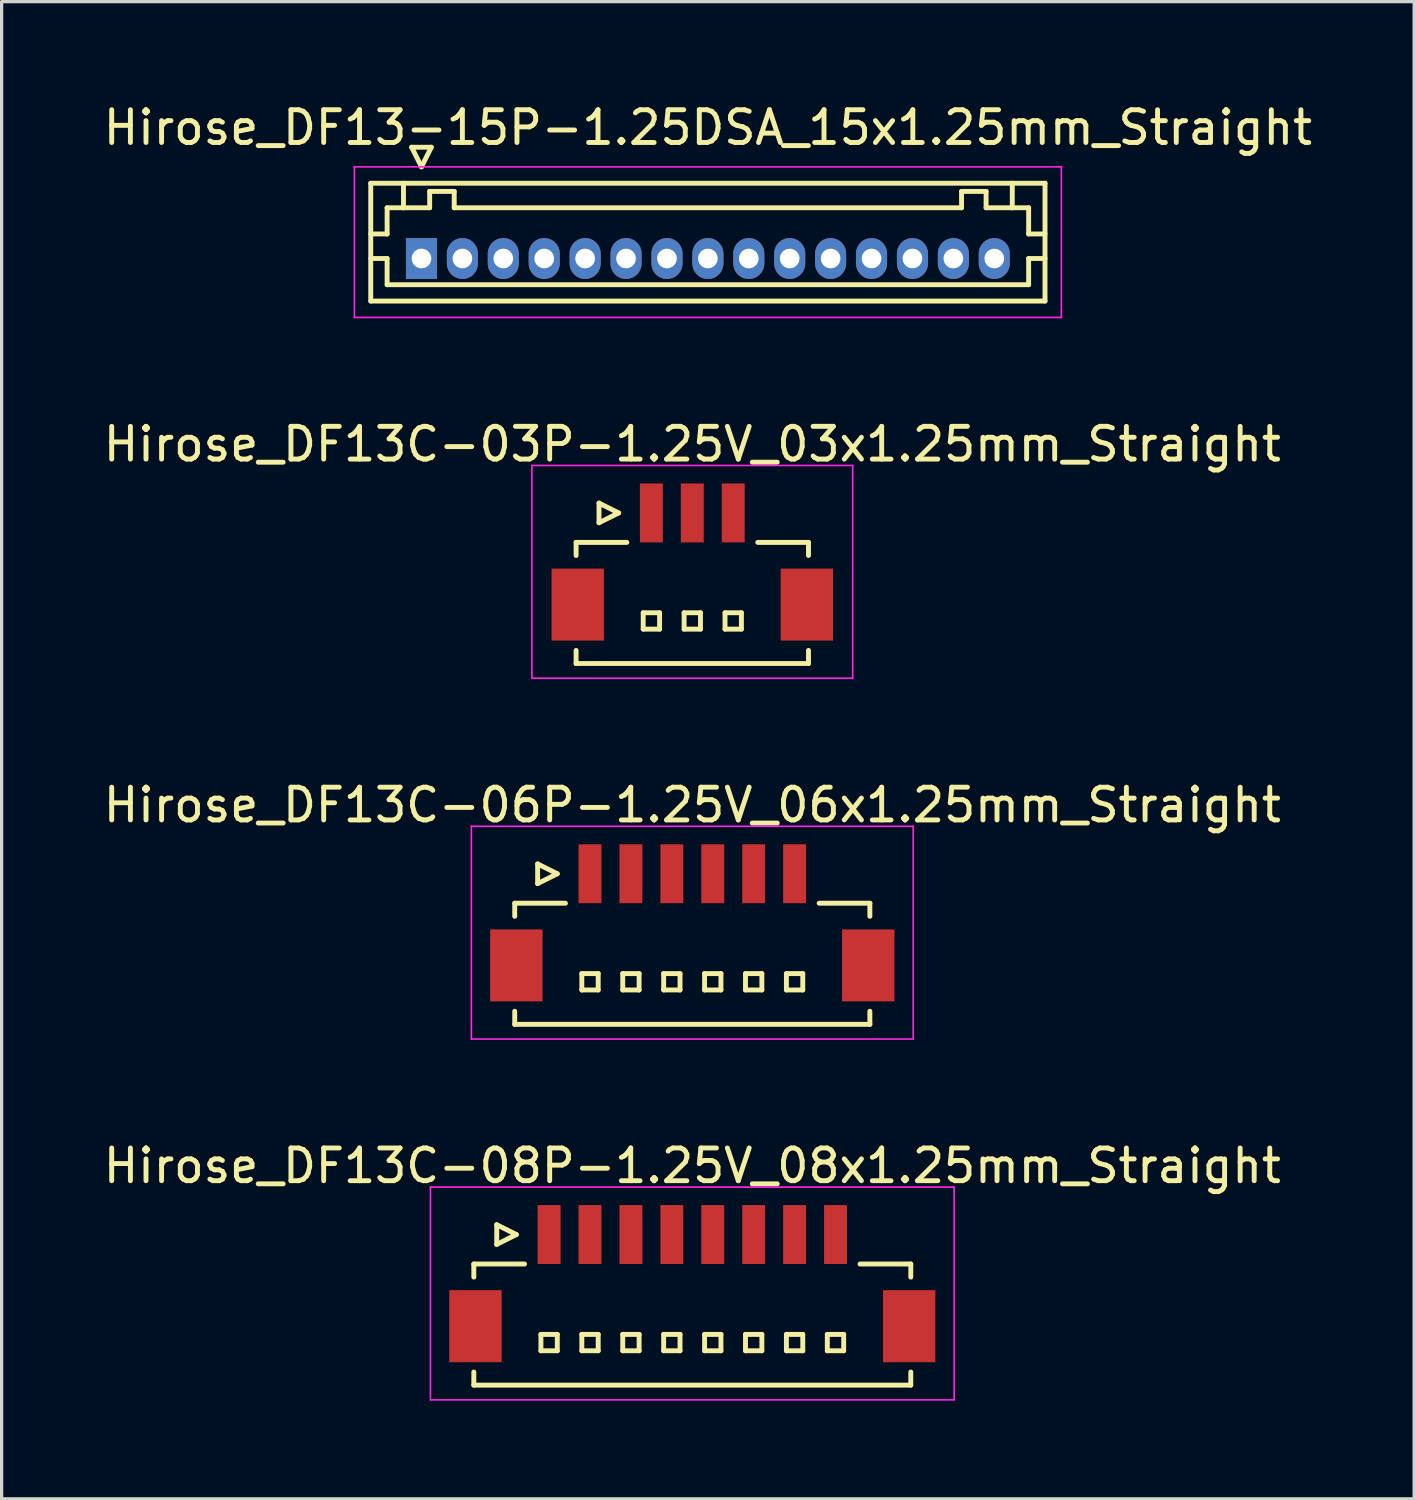
<source format=kicad_pcb>
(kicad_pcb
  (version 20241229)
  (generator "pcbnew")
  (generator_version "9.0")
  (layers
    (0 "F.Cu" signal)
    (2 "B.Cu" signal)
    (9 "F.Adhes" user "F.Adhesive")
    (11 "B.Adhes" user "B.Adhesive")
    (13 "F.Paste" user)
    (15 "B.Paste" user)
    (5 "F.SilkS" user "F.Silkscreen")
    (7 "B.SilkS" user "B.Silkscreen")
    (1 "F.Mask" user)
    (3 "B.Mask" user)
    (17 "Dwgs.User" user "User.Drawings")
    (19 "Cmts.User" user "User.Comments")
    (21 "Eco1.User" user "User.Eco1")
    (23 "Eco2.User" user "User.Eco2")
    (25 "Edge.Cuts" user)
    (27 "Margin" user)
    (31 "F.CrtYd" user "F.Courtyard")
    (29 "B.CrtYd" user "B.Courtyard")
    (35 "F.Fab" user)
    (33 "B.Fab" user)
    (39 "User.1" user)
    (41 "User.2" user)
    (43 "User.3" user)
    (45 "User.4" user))
  (footprint "Hirose_DF13-15P-1.25DSA_15x1.25mm_Straight"
    (layer "F.Cu")
    (at 9.827 4.848)
    (property "Reference" "Hirose_DF13-15P-1.25DSA_15x1.25mm_Straight" (at 8.75 -4 0) (layer "F.SilkS") (effects (font (size 1 1) (thickness 0.15))))
    (attr through_hole)
    (fp_line (start -1.55 -2.3) (end -1.55 1.3) (stroke (width 0.15) (type solid)) (layer "F.SilkS"))
    (fp_line (start -1.55 -0.75) (end -1.05 -0.75) (stroke (width 0.15) (type solid)) (layer "F.SilkS"))
    (fp_line (start -1.55 0) (end -1.05 0) (stroke (width 0.15) (type solid)) (layer "F.SilkS"))
    (fp_line (start -1.55 1.3) (end 19.05 1.3) (stroke (width 0.15) (type solid)) (layer "F.SilkS"))
    (fp_line (start -1.05 -1.55) (end -0.55 -1.55) (stroke (width 0.15) (type solid)) (layer "F.SilkS"))
    (fp_line (start -1.05 -0.75) (end -1.05 -1.55) (stroke (width 0.15) (type solid)) (layer "F.SilkS"))
    (fp_line (start -1.05 0) (end -1.05 0.8) (stroke (width 0.15) (type solid)) (layer "F.SilkS"))
    (fp_line (start -1.05 0.8) (end 18.55 0.8) (stroke (width 0.15) (type solid)) (layer "F.SilkS"))
    (fp_line (start -0.55 -1.55) (end -0.55 -2.3) (stroke (width 0.15) (type solid)) (layer "F.SilkS"))
    (fp_line (start -0.55 -1.55) (end 0.25 -1.55) (stroke (width 0.15) (type solid)) (layer "F.SilkS"))
    (fp_line (start -0.3 -3.4) (end 0.3 -3.4) (stroke (width 0.15) (type solid)) (layer "F.SilkS"))
    (fp_line (start 0 -2.8) (end -0.3 -3.4) (stroke (width 0.15) (type solid)) (layer "F.SilkS"))
    (fp_line (start 0.25 -2.05) (end 1 -2.05) (stroke (width 0.15) (type solid)) (layer "F.SilkS"))
    (fp_line (start 0.25 -1.55) (end 0.25 -2.05) (stroke (width 0.15) (type solid)) (layer "F.SilkS"))
    (fp_line (start 0.3 -3.4) (end 0 -2.8) (stroke (width 0.15) (type solid)) (layer "F.SilkS"))
    (fp_line (start 1 -2.05) (end 1 -1.55) (stroke (width 0.15) (type solid)) (layer "F.SilkS"))
    (fp_line (start 1 -1.55) (end 16.5 -1.55) (stroke (width 0.15) (type solid)) (layer "F.SilkS"))
    (fp_line (start 16.5 -2.05) (end 17.25 -2.05) (stroke (width 0.15) (type solid)) (layer "F.SilkS"))
    (fp_line (start 16.5 -1.55) (end 16.5 -2.05) (stroke (width 0.15) (type solid)) (layer "F.SilkS"))
    (fp_line (start 17.25 -2.05) (end 17.25 -1.55) (stroke (width 0.15) (type solid)) (layer "F.SilkS"))
    (fp_line (start 17.25 -1.55) (end 18.05 -1.55) (stroke (width 0.15) (type solid)) (layer "F.SilkS"))
    (fp_line (start 18.05 -1.55) (end 18.05 -2.3) (stroke (width 0.15) (type solid)) (layer "F.SilkS"))
    (fp_line (start 18.55 -1.55) (end 18.05 -1.55) (stroke (width 0.15) (type solid)) (layer "F.SilkS"))
    (fp_line (start 18.55 -0.75) (end 18.55 -1.55) (stroke (width 0.15) (type solid)) (layer "F.SilkS"))
    (fp_line (start 18.55 0) (end 19.05 0) (stroke (width 0.15) (type solid)) (layer "F.SilkS"))
    (fp_line (start 18.55 0.8) (end 18.55 0) (stroke (width 0.15) (type solid)) (layer "F.SilkS"))
    (fp_line (start 19.05 -2.3) (end -1.55 -2.3) (stroke (width 0.15) (type solid)) (layer "F.SilkS"))
    (fp_line (start 19.05 -0.75) (end 18.55 -0.75) (stroke (width 0.15) (type solid)) (layer "F.SilkS"))
    (fp_line (start 19.05 1.3) (end 19.05 -2.3) (stroke (width 0.15) (type solid)) (layer "F.SilkS"))
    (fp_line (start -2.05 -2.8) (end -2.05 1.8) (stroke (width 0.05) (type solid)) (layer "F.CrtYd"))
    (fp_line (start -2.05 1.8) (end 19.55 1.8) (stroke (width 0.05) (type solid)) (layer "F.CrtYd"))
    (fp_line (start 19.55 -2.8) (end -2.05 -2.8) (stroke (width 0.05) (type solid)) (layer "F.CrtYd"))
    (fp_line (start 19.55 1.8) (end 19.55 -2.8) (stroke (width 0.05) (type solid)) (layer "F.CrtYd"))
    (pad "1" thru_hole rect (at 0 0) (size 0.95 1.25) (drill 0.6) (layers "*.Cu" "*.Mask"))
    (pad "2" thru_hole oval (at 1.25 0) (size 0.95 1.25) (drill 0.6) (layers "*.Cu" "*.Mask"))
    (pad "3" thru_hole oval (at 2.5 0) (size 0.95 1.25) (drill 0.6) (layers "*.Cu" "*.Mask"))
    (pad "4" thru_hole oval (at 3.75 0) (size 0.95 1.25) (drill 0.6) (layers "*.Cu" "*.Mask"))
    (pad "5" thru_hole oval (at 5 0) (size 0.95 1.25) (drill 0.6) (layers "*.Cu" "*.Mask"))
    (pad "6" thru_hole oval (at 6.25 0) (size 0.95 1.25) (drill 0.6) (layers "*.Cu" "*.Mask"))
    (pad "7" thru_hole oval (at 7.5 0) (size 0.95 1.25) (drill 0.6) (layers "*.Cu" "*.Mask"))
    (pad "8" thru_hole oval (at 8.75 0) (size 0.95 1.25) (drill 0.6) (layers "*.Cu" "*.Mask"))
    (pad "9" thru_hole oval (at 10 0) (size 0.95 1.25) (drill 0.6) (layers "*.Cu" "*.Mask"))
    (pad "10" thru_hole oval (at 11.25 0) (size 0.95 1.25) (drill 0.6) (layers "*.Cu" "*.Mask"))
    (pad "11" thru_hole oval (at 12.5 0) (size 0.95 1.25) (drill 0.6) (layers "*.Cu" "*.Mask"))
    (pad "12" thru_hole oval (at 13.75 0) (size 0.95 1.25) (drill 0.6) (layers "*.Cu" "*.Mask"))
    (pad "13" thru_hole oval (at 15 0) (size 0.95 1.25) (drill 0.6) (layers "*.Cu" "*.Mask"))
    (pad "14" thru_hole oval (at 16.25 0) (size 0.95 1.25) (drill 0.6) (layers "*.Cu" "*.Mask"))
    (pad "15" thru_hole oval (at 17.5 0) (size 0.95 1.25) (drill 0.6) (layers "*.Cu" "*.Mask")))
  (footprint "Hirose_DF13C-06P-1.25V_06x1.25mm_Straight"
    (layer "F.Cu")
    (at 18.101 25.045)
    (property "Reference" "Hirose_DF13C-06P-1.25V_06x1.25mm_Straight" (at 0 -3.5 0) (layer "F.SilkS") (effects (font (size 1 1) (thickness 0.15))))
    (attr smd)
    (fp_line (start -5.425 -0.5) (end -5.425 -0.1) (stroke (width 0.15) (type solid)) (layer "F.SilkS"))
    (fp_line (start -5.425 -0.5) (end -3.875 -0.5) (stroke (width 0.15) (type solid)) (layer "F.SilkS"))
    (fp_line (start -5.425 3.2) (end -5.425 2.8) (stroke (width 0.15) (type solid)) (layer "F.SilkS"))
    (fp_line (start -5.425 3.2) (end 5.425 3.2) (stroke (width 0.15) (type solid)) (layer "F.SilkS"))
    (fp_line (start -4.725 -1.7) (end -4.725 -1.1) (stroke (width 0.15) (type solid)) (layer "F.SilkS"))
    (fp_line (start -4.725 -1.1) (end -4.125 -1.4) (stroke (width 0.15) (type solid)) (layer "F.SilkS"))
    (fp_line (start -4.125 -1.4) (end -4.725 -1.7) (stroke (width 0.15) (type solid)) (layer "F.SilkS"))
    (fp_line (start -3.375 1.65) (end -3.375 2.15) (stroke (width 0.15) (type solid)) (layer "F.SilkS"))
    (fp_line (start -3.375 2.15) (end -2.875 2.15) (stroke (width 0.15) (type solid)) (layer "F.SilkS"))
    (fp_line (start -2.875 1.65) (end -3.375 1.65) (stroke (width 0.15) (type solid)) (layer "F.SilkS"))
    (fp_line (start -2.875 2.15) (end -2.875 1.65) (stroke (width 0.15) (type solid)) (layer "F.SilkS"))
    (fp_line (start -2.125 1.65) (end -2.125 2.15) (stroke (width 0.15) (type solid)) (layer "F.SilkS"))
    (fp_line (start -2.125 2.15) (end -1.625 2.15) (stroke (width 0.15) (type solid)) (layer "F.SilkS"))
    (fp_line (start -1.625 1.65) (end -2.125 1.65) (stroke (width 0.15) (type solid)) (layer "F.SilkS"))
    (fp_line (start -1.625 2.15) (end -1.625 1.65) (stroke (width 0.15) (type solid)) (layer "F.SilkS"))
    (fp_line (start -0.875 1.65) (end -0.875 2.15) (stroke (width 0.15) (type solid)) (layer "F.SilkS"))
    (fp_line (start -0.875 2.15) (end -0.375 2.15) (stroke (width 0.15) (type solid)) (layer "F.SilkS"))
    (fp_line (start -0.375 1.65) (end -0.875 1.65) (stroke (width 0.15) (type solid)) (layer "F.SilkS"))
    (fp_line (start -0.375 2.15) (end -0.375 1.65) (stroke (width 0.15) (type solid)) (layer "F.SilkS"))
    (fp_line (start 0.375 1.65) (end 0.375 2.15) (stroke (width 0.15) (type solid)) (layer "F.SilkS"))
    (fp_line (start 0.375 2.15) (end 0.875 2.15) (stroke (width 0.15) (type solid)) (layer "F.SilkS"))
    (fp_line (start 0.875 1.65) (end 0.375 1.65) (stroke (width 0.15) (type solid)) (layer "F.SilkS"))
    (fp_line (start 0.875 2.15) (end 0.875 1.65) (stroke (width 0.15) (type solid)) (layer "F.SilkS"))
    (fp_line (start 1.625 1.65) (end 1.625 2.15) (stroke (width 0.15) (type solid)) (layer "F.SilkS"))
    (fp_line (start 1.625 2.15) (end 2.125 2.15) (stroke (width 0.15) (type solid)) (layer "F.SilkS"))
    (fp_line (start 2.125 1.65) (end 1.625 1.65) (stroke (width 0.15) (type solid)) (layer "F.SilkS"))
    (fp_line (start 2.125 2.15) (end 2.125 1.65) (stroke (width 0.15) (type solid)) (layer "F.SilkS"))
    (fp_line (start 2.875 1.65) (end 2.875 2.15) (stroke (width 0.15) (type solid)) (layer "F.SilkS"))
    (fp_line (start 2.875 2.15) (end 3.375 2.15) (stroke (width 0.15) (type solid)) (layer "F.SilkS"))
    (fp_line (start 3.375 1.65) (end 2.875 1.65) (stroke (width 0.15) (type solid)) (layer "F.SilkS"))
    (fp_line (start 3.375 2.15) (end 3.375 1.65) (stroke (width 0.15) (type solid)) (layer "F.SilkS"))
    (fp_line (start 5.425 -0.5) (end 3.875 -0.5) (stroke (width 0.15) (type solid)) (layer "F.SilkS"))
    (fp_line (start 5.425 -0.5) (end 5.425 -0.1) (stroke (width 0.15) (type solid)) (layer "F.SilkS"))
    (fp_line (start 5.425 3.2) (end 5.425 2.8) (stroke (width 0.15) (type solid)) (layer "F.SilkS"))
    (fp_line (start -6.75 -2.85) (end -6.75 3.65) (stroke (width 0.05) (type solid)) (layer "F.CrtYd"))
    (fp_line (start -6.75 3.65) (end 6.75 3.65) (stroke (width 0.05) (type solid)) (layer "F.CrtYd"))
    (fp_line (start 6.75 -2.85) (end -6.75 -2.85) (stroke (width 0.05) (type solid)) (layer "F.CrtYd"))
    (fp_line (start 6.75 3.65) (end 6.75 -2.85) (stroke (width 0.05) (type solid)) (layer "F.CrtYd"))
    (pad "" smd rect (at -5.375 1.4) (size 1.6 2.2) (layers "F.Cu" "F.Mask" "F.Paste"))
    (pad "" smd rect (at 5.375 1.4) (size 1.6 2.2) (layers "F.Cu" "F.Mask" "F.Paste"))
    (pad "1" smd rect (at -3.125 -1.4) (size 0.7 1.8) (layers "F.Cu" "F.Mask" "F.Paste"))
    (pad "2" smd rect (at -1.875 -1.4) (size 0.7 1.8) (layers "F.Cu" "F.Mask" "F.Paste"))
    (pad "3" smd rect (at -0.625 -1.4) (size 0.7 1.8) (layers "F.Cu" "F.Mask" "F.Paste"))
    (pad "4" smd rect (at 0.625 -1.4) (size 0.7 1.8) (layers "F.Cu" "F.Mask" "F.Paste"))
    (pad "5" smd rect (at 1.875 -1.4) (size 0.7 1.8) (layers "F.Cu" "F.Mask" "F.Paste"))
    (pad "6" smd rect (at 3.125 -1.4) (size 0.7 1.8) (layers "F.Cu" "F.Mask" "F.Paste")))
  (footprint "Hirose_DF13C-03P-1.25V_03x1.25mm_Straight"
    (layer "F.Cu")
    (at 18.101 14.021)
    (property "Reference" "Hirose_DF13C-03P-1.25V_03x1.25mm_Straight" (at 0 -3.5 0) (layer "F.SilkS") (effects (font (size 1 1) (thickness 0.15))))
    (attr smd)
    (fp_line (start -3.55 -0.5) (end -3.55 -0.1) (stroke (width 0.15) (type solid)) (layer "F.SilkS"))
    (fp_line (start -3.55 -0.5) (end -2 -0.5) (stroke (width 0.15) (type solid)) (layer "F.SilkS"))
    (fp_line (start -3.55 3.2) (end -3.55 2.8) (stroke (width 0.15) (type solid)) (layer "F.SilkS"))
    (fp_line (start -3.55 3.2) (end 3.55 3.2) (stroke (width 0.15) (type solid)) (layer "F.SilkS"))
    (fp_line (start -2.85 -1.7) (end -2.85 -1.1) (stroke (width 0.15) (type solid)) (layer "F.SilkS"))
    (fp_line (start -2.85 -1.1) (end -2.25 -1.4) (stroke (width 0.15) (type solid)) (layer "F.SilkS"))
    (fp_line (start -2.25 -1.4) (end -2.85 -1.7) (stroke (width 0.15) (type solid)) (layer "F.SilkS"))
    (fp_line (start -1.5 1.65) (end -1.5 2.15) (stroke (width 0.15) (type solid)) (layer "F.SilkS"))
    (fp_line (start -1.5 2.15) (end -1 2.15) (stroke (width 0.15) (type solid)) (layer "F.SilkS"))
    (fp_line (start -1 1.65) (end -1.5 1.65) (stroke (width 0.15) (type solid)) (layer "F.SilkS"))
    (fp_line (start -1 2.15) (end -1 1.65) (stroke (width 0.15) (type solid)) (layer "F.SilkS"))
    (fp_line (start -0.25 1.65) (end -0.25 2.15) (stroke (width 0.15) (type solid)) (layer "F.SilkS"))
    (fp_line (start -0.25 2.15) (end 0.25 2.15) (stroke (width 0.15) (type solid)) (layer "F.SilkS"))
    (fp_line (start 0.25 1.65) (end -0.25 1.65) (stroke (width 0.15) (type solid)) (layer "F.SilkS"))
    (fp_line (start 0.25 2.15) (end 0.25 1.65) (stroke (width 0.15) (type solid)) (layer "F.SilkS"))
    (fp_line (start 1 1.65) (end 1 2.15) (stroke (width 0.15) (type solid)) (layer "F.SilkS"))
    (fp_line (start 1 2.15) (end 1.5 2.15) (stroke (width 0.15) (type solid)) (layer "F.SilkS"))
    (fp_line (start 1.5 1.65) (end 1 1.65) (stroke (width 0.15) (type solid)) (layer "F.SilkS"))
    (fp_line (start 1.5 2.15) (end 1.5 1.65) (stroke (width 0.15) (type solid)) (layer "F.SilkS"))
    (fp_line (start 3.55 -0.5) (end 2 -0.5) (stroke (width 0.15) (type solid)) (layer "F.SilkS"))
    (fp_line (start 3.55 -0.5) (end 3.55 -0.1) (stroke (width 0.15) (type solid)) (layer "F.SilkS"))
    (fp_line (start 3.55 3.2) (end 3.55 2.8) (stroke (width 0.15) (type solid)) (layer "F.SilkS"))
    (fp_line (start -4.9 -2.85) (end -4.9 3.65) (stroke (width 0.05) (type solid)) (layer "F.CrtYd"))
    (fp_line (start -4.9 3.65) (end 4.9 3.65) (stroke (width 0.05) (type solid)) (layer "F.CrtYd"))
    (fp_line (start 4.9 -2.85) (end -4.9 -2.85) (stroke (width 0.05) (type solid)) (layer "F.CrtYd"))
    (fp_line (start 4.9 3.65) (end 4.9 -2.85) (stroke (width 0.05) (type solid)) (layer "F.CrtYd"))
    (pad "" smd rect (at -3.5 1.4) (size 1.6 2.2) (layers "F.Cu" "F.Mask" "F.Paste"))
    (pad "" smd rect (at 3.5 1.4) (size 1.6 2.2) (layers "F.Cu" "F.Mask" "F.Paste"))
    (pad "1" smd rect (at -1.25 -1.4) (size 0.7 1.8) (layers "F.Cu" "F.Mask" "F.Paste"))
    (pad "2" smd rect (at 0 -1.4) (size 0.7 1.8) (layers "F.Cu" "F.Mask" "F.Paste"))
    (pad "3" smd rect (at 1.25 -1.4) (size 0.7 1.8) (layers "F.Cu" "F.Mask" "F.Paste")))
  (footprint "Hirose_DF13C-08P-1.25V_08x1.25mm_Straight"
    (layer "F.Cu")
    (at 18.101 36.068)
    (property "Reference" "Hirose_DF13C-08P-1.25V_08x1.25mm_Straight" (at 0 -3.5 0) (layer "F.SilkS") (effects (font (size 1 1) (thickness 0.15))))
    (attr smd)
    (fp_line (start -6.675 -0.5) (end -6.675 -0.1) (stroke (width 0.15) (type solid)) (layer "F.SilkS"))
    (fp_line (start -6.675 -0.5) (end -5.125 -0.5) (stroke (width 0.15) (type solid)) (layer "F.SilkS"))
    (fp_line (start -6.675 3.2) (end -6.675 2.8) (stroke (width 0.15) (type solid)) (layer "F.SilkS"))
    (fp_line (start -6.675 3.2) (end 6.675 3.2) (stroke (width 0.15) (type solid)) (layer "F.SilkS"))
    (fp_line (start -5.975 -1.7) (end -5.975 -1.1) (stroke (width 0.15) (type solid)) (layer "F.SilkS"))
    (fp_line (start -5.975 -1.1) (end -5.375 -1.4) (stroke (width 0.15) (type solid)) (layer "F.SilkS"))
    (fp_line (start -5.375 -1.4) (end -5.975 -1.7) (stroke (width 0.15) (type solid)) (layer "F.SilkS"))
    (fp_line (start -4.625 1.65) (end -4.625 2.15) (stroke (width 0.15) (type solid)) (layer "F.SilkS"))
    (fp_line (start -4.625 2.15) (end -4.125 2.15) (stroke (width 0.15) (type solid)) (layer "F.SilkS"))
    (fp_line (start -4.125 1.65) (end -4.625 1.65) (stroke (width 0.15) (type solid)) (layer "F.SilkS"))
    (fp_line (start -4.125 2.15) (end -4.125 1.65) (stroke (width 0.15) (type solid)) (layer "F.SilkS"))
    (fp_line (start -3.375 1.65) (end -3.375 2.15) (stroke (width 0.15) (type solid)) (layer "F.SilkS"))
    (fp_line (start -3.375 2.15) (end -2.875 2.15) (stroke (width 0.15) (type solid)) (layer "F.SilkS"))
    (fp_line (start -2.875 1.65) (end -3.375 1.65) (stroke (width 0.15) (type solid)) (layer "F.SilkS"))
    (fp_line (start -2.875 2.15) (end -2.875 1.65) (stroke (width 0.15) (type solid)) (layer "F.SilkS"))
    (fp_line (start -2.125 1.65) (end -2.125 2.15) (stroke (width 0.15) (type solid)) (layer "F.SilkS"))
    (fp_line (start -2.125 2.15) (end -1.625 2.15) (stroke (width 0.15) (type solid)) (layer "F.SilkS"))
    (fp_line (start -1.625 1.65) (end -2.125 1.65) (stroke (width 0.15) (type solid)) (layer "F.SilkS"))
    (fp_line (start -1.625 2.15) (end -1.625 1.65) (stroke (width 0.15) (type solid)) (layer "F.SilkS"))
    (fp_line (start -0.875 1.65) (end -0.875 2.15) (stroke (width 0.15) (type solid)) (layer "F.SilkS"))
    (fp_line (start -0.875 2.15) (end -0.375 2.15) (stroke (width 0.15) (type solid)) (layer "F.SilkS"))
    (fp_line (start -0.375 1.65) (end -0.875 1.65) (stroke (width 0.15) (type solid)) (layer "F.SilkS"))
    (fp_line (start -0.375 2.15) (end -0.375 1.65) (stroke (width 0.15) (type solid)) (layer "F.SilkS"))
    (fp_line (start 0.375 1.65) (end 0.375 2.15) (stroke (width 0.15) (type solid)) (layer "F.SilkS"))
    (fp_line (start 0.375 2.15) (end 0.875 2.15) (stroke (width 0.15) (type solid)) (layer "F.SilkS"))
    (fp_line (start 0.875 1.65) (end 0.375 1.65) (stroke (width 0.15) (type solid)) (layer "F.SilkS"))
    (fp_line (start 0.875 2.15) (end 0.875 1.65) (stroke (width 0.15) (type solid)) (layer "F.SilkS"))
    (fp_line (start 1.625 1.65) (end 1.625 2.15) (stroke (width 0.15) (type solid)) (layer "F.SilkS"))
    (fp_line (start 1.625 2.15) (end 2.125 2.15) (stroke (width 0.15) (type solid)) (layer "F.SilkS"))
    (fp_line (start 2.125 1.65) (end 1.625 1.65) (stroke (width 0.15) (type solid)) (layer "F.SilkS"))
    (fp_line (start 2.125 2.15) (end 2.125 1.65) (stroke (width 0.15) (type solid)) (layer "F.SilkS"))
    (fp_line (start 2.875 1.65) (end 2.875 2.15) (stroke (width 0.15) (type solid)) (layer "F.SilkS"))
    (fp_line (start 2.875 2.15) (end 3.375 2.15) (stroke (width 0.15) (type solid)) (layer "F.SilkS"))
    (fp_line (start 3.375 1.65) (end 2.875 1.65) (stroke (width 0.15) (type solid)) (layer "F.SilkS"))
    (fp_line (start 3.375 2.15) (end 3.375 1.65) (stroke (width 0.15) (type solid)) (layer "F.SilkS"))
    (fp_line (start 4.125 1.65) (end 4.125 2.15) (stroke (width 0.15) (type solid)) (layer "F.SilkS"))
    (fp_line (start 4.125 2.15) (end 4.625 2.15) (stroke (width 0.15) (type solid)) (layer "F.SilkS"))
    (fp_line (start 4.625 1.65) (end 4.125 1.65) (stroke (width 0.15) (type solid)) (layer "F.SilkS"))
    (fp_line (start 4.625 2.15) (end 4.625 1.65) (stroke (width 0.15) (type solid)) (layer "F.SilkS"))
    (fp_line (start 6.675 -0.5) (end 5.125 -0.5) (stroke (width 0.15) (type solid)) (layer "F.SilkS"))
    (fp_line (start 6.675 -0.5) (end 6.675 -0.1) (stroke (width 0.15) (type solid)) (layer "F.SilkS"))
    (fp_line (start 6.675 3.2) (end 6.675 2.8) (stroke (width 0.15) (type solid)) (layer "F.SilkS"))
    (fp_line (start -8 -2.85) (end -8 3.65) (stroke (width 0.05) (type solid)) (layer "F.CrtYd"))
    (fp_line (start -8 3.65) (end 8 3.65) (stroke (width 0.05) (type solid)) (layer "F.CrtYd"))
    (fp_line (start 8 -2.85) (end -8 -2.85) (stroke (width 0.05) (type solid)) (layer "F.CrtYd"))
    (fp_line (start 8 3.65) (end 8 -2.85) (stroke (width 0.05) (type solid)) (layer "F.CrtYd"))
    (pad "" smd rect (at -6.625 1.4) (size 1.6 2.2) (layers "F.Cu" "F.Mask" "F.Paste"))
    (pad "" smd rect (at 6.625 1.4) (size 1.6 2.2) (layers "F.Cu" "F.Mask" "F.Paste"))
    (pad "1" smd rect (at -4.375 -1.4) (size 0.7 1.8) (layers "F.Cu" "F.Mask" "F.Paste"))
    (pad "2" smd rect (at -3.125 -1.4) (size 0.7 1.8) (layers "F.Cu" "F.Mask" "F.Paste"))
    (pad "3" smd rect (at -1.875 -1.4) (size 0.7 1.8) (layers "F.Cu" "F.Mask" "F.Paste"))
    (pad "4" smd rect (at -0.625 -1.4) (size 0.7 1.8) (layers "F.Cu" "F.Mask" "F.Paste"))
    (pad "5" smd rect (at 0.625 -1.4) (size 0.7 1.8) (layers "F.Cu" "F.Mask" "F.Paste"))
    (pad "6" smd rect (at 1.875 -1.4) (size 0.7 1.8) (layers "F.Cu" "F.Mask" "F.Paste"))
    (pad "7" smd rect (at 3.125 -1.4) (size 0.7 1.8) (layers "F.Cu" "F.Mask" "F.Paste"))
    (pad "8" smd rect (at 4.375 -1.4) (size 0.7 1.8) (layers "F.Cu" "F.Mask" "F.Paste")))
  (gr_rect
    (start -3 -3)
    (end 40.155 42.743)
    (stroke (width 0.1) (type default))
    (fill no)
    (layer "Edge.Cuts")))
</source>
